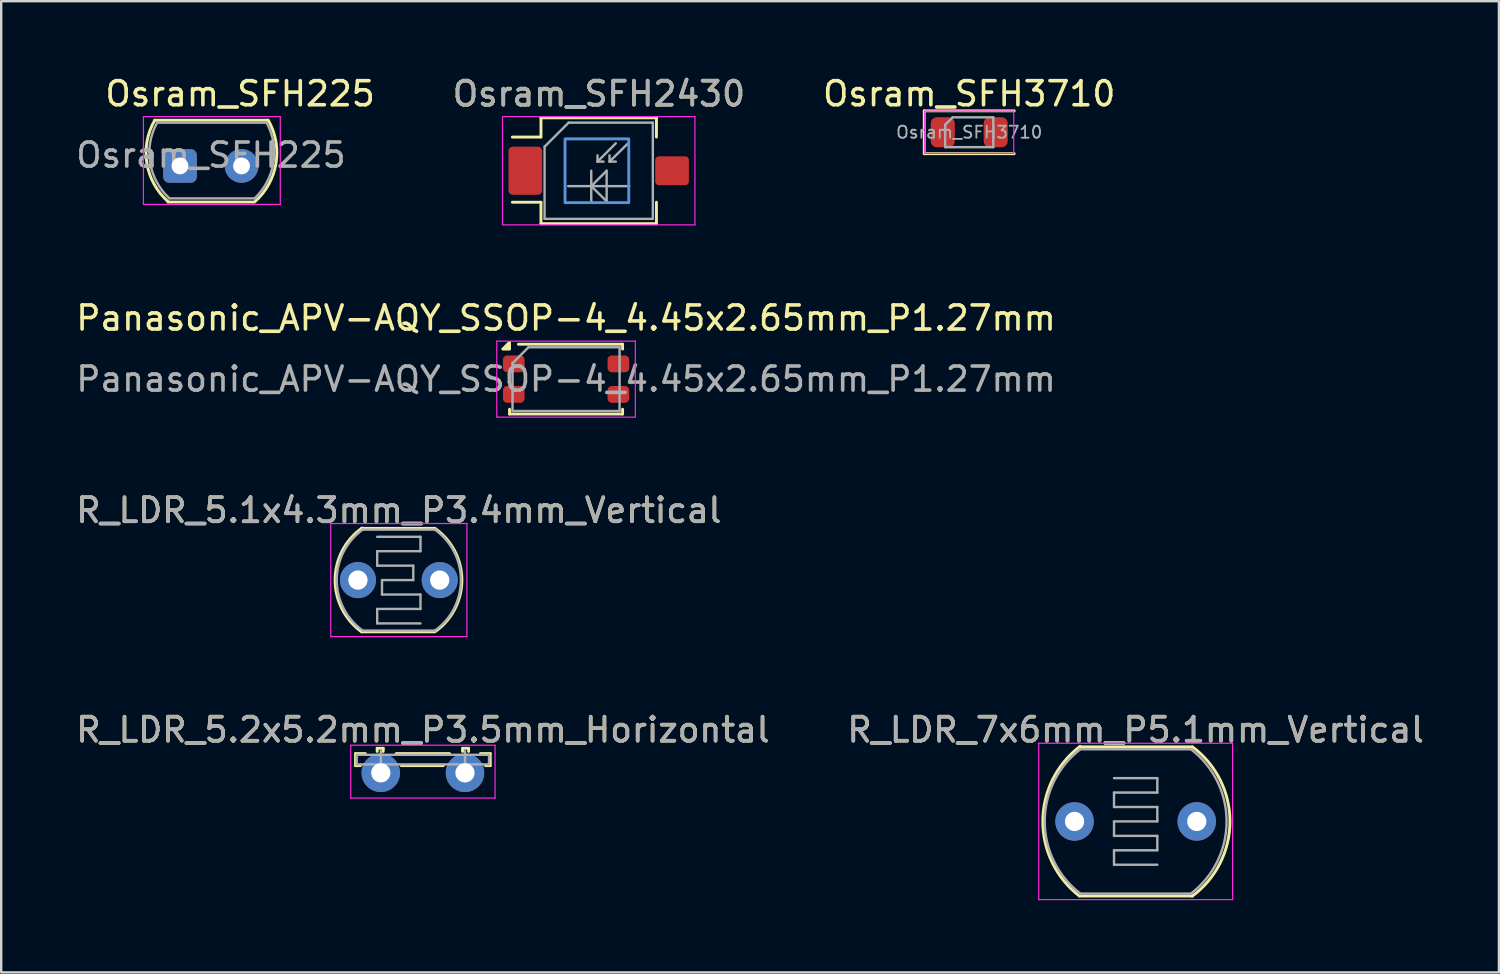
<source format=kicad_pcb>
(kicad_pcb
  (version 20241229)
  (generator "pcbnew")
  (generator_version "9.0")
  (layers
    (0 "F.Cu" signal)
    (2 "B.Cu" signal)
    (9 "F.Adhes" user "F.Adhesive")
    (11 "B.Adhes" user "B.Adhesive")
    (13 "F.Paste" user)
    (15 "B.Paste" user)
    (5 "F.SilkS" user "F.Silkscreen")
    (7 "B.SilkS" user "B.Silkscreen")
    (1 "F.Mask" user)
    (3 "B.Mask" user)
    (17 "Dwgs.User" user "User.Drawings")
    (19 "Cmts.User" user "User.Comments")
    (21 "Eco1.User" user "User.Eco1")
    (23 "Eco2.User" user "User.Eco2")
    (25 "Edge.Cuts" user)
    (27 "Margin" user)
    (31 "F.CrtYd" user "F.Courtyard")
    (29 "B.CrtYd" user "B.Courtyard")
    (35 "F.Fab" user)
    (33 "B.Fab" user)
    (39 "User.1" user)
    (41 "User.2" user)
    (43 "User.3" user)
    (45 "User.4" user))
  (footprint "Panasonic_APV-AQY_SSOP-4_4.45x2.65mm_P1.27mm"
    (layer "F.Cu")
    (at 20.482 12.711)
    (property "Reference" "Panasonic_APV-AQY_SSOP-4_4.45x2.65mm_P1.27mm" (at 0 -2.54 0) (layer "F.SilkS") (effects (font (size 1 1) (thickness 0.15))))
    (attr smd)
    (fp_line (start -2.35 1.25) (end -2.35 1.45) (stroke (width 0.12) (type solid)) (layer "F.SilkS"))
    (fp_line (start -2.35 1.45) (end 2.35 1.45) (stroke (width 0.12) (type solid)) (layer "F.SilkS"))
    (fp_line (start 2.35 -1.45) (end -1.98 -1.45) (stroke (width 0.12) (type solid)) (layer "F.SilkS"))
    (fp_line (start 2.35 -1.25) (end 2.35 -1.45) (stroke (width 0.12) (type solid)) (layer "F.SilkS"))
    (fp_line (start 2.35 1.45) (end 2.35 1.25) (stroke (width 0.12) (type solid)) (layer "F.SilkS"))
    (fp_poly (pts (xy -2.35 -1.25) (xy -2.63 -1.25) (xy -2.35 -1.53) (xy -2.35 -1.25)) (stroke (width 0.12) (type solid)) (fill yes) (layer "F.SilkS"))
    (fp_line (start -2.88 -1.58) (end -2.88 1.58) (stroke (width 0.05) (type solid)) (layer "F.CrtYd"))
    (fp_line (start -2.88 -1.58) (end 2.88 -1.58) (stroke (width 0.05) (type solid)) (layer "F.CrtYd"))
    (fp_line (start -2.88 1.58) (end 2.88 1.58) (stroke (width 0.05) (type solid)) (layer "F.CrtYd"))
    (fp_line (start 2.88 -1.58) (end 2.88 1.58) (stroke (width 0.05) (type solid)) (layer "F.CrtYd"))
    (fp_line (start -2.225 -0.662) (end -2.225 1.325) (stroke (width 0.1) (type solid)) (layer "F.Fab"))
    (fp_line (start -2.225 -0.662) (end -1.562 -1.325) (stroke (width 0.1) (type solid)) (layer "F.Fab"))
    (fp_line (start -2.225 1.325) (end 2.225 1.325) (stroke (width 0.1) (type solid)) (layer "F.Fab"))
    (fp_line (start -1.562 -1.325) (end 2.225 -1.325) (stroke (width 0.1) (type solid)) (layer "F.Fab"))
    (fp_line (start 2.225 -1.325) (end 2.225 1.325) (stroke (width 0.1) (type solid)) (layer "F.Fab"))
    (fp_text user "${REFERENCE}" (at 0 0 0) (layer "F.Fab") (effects (font (size 1 1) (thickness 0.15))))
    (pad "1" smd roundrect (at -2.175 -0.635) (size 0.9 0.7) (layers "F.Cu" "F.Mask" "F.Paste") (roundrect_rratio 0.25))
    (pad "2" smd roundrect (at -2.175 0.635) (size 0.9 0.7) (layers "F.Cu" "F.Mask" "F.Paste") (roundrect_rratio 0.25))
    (pad "3" smd roundrect (at 2.175 0.635) (size 0.9 0.7) (layers "F.Cu" "F.Mask" "F.Paste") (roundrect_rratio 0.25))
    (pad "4" smd roundrect (at 2.175 -0.635) (size 0.9 0.7) (layers "F.Cu" "F.Mask" "F.Paste") (roundrect_rratio 0.25)))
  (footprint "R_LDR_5.2x5.2mm_P3.5mm_Horizontal"
    (layer "F.Cu")
    (at 12.78 29.078)
    (property "Reference" "R_LDR_5.2x5.2mm_P3.5mm_Horizontal" (at 1.75 -1.79 0) (layer "F.SilkS") (effects (font (size 1 1) (thickness 0.15))))
    (attr through_hole)
    (fp_line (start -1.05 -0.8) (end -1.05 -0.3) (stroke (width 0.12) (type solid)) (layer "F.SilkS"))
    (fp_line (start -1.05 -0.3) (end -0.85 -0.3) (stroke (width 0.12) (type solid)) (layer "F.SilkS"))
    (fp_line (start -0.64 -0.8) (end -1.05 -0.8) (stroke (width 0.12) (type solid)) (layer "F.SilkS"))
    (fp_line (start -0.15 -1.02) (end -0.15 -0.89) (stroke (width 0.12) (type solid)) (layer "F.SilkS"))
    (fp_line (start -0.15 -1.02) (end 0.1 -1.02) (stroke (width 0.12) (type solid)) (layer "F.SilkS"))
    (fp_line (start 0.1 -1.02) (end 0.1 -0.89) (stroke (width 0.12) (type solid)) (layer "F.SilkS"))
    (fp_line (start 0.85 -0.3) (end 2.6 -0.3) (stroke (width 0.12) (type solid)) (layer "F.SilkS"))
    (fp_line (start 2.86 -0.8) (end 0.64 -0.8) (stroke (width 0.12) (type solid)) (layer "F.SilkS"))
    (fp_line (start 3.4 -1.02) (end 3.4 -0.89) (stroke (width 0.12) (type solid)) (layer "F.SilkS"))
    (fp_line (start 3.4 -1.02) (end 3.65 -1.02) (stroke (width 0.12) (type solid)) (layer "F.SilkS"))
    (fp_line (start 3.65 -1.02) (end 3.65 -0.89) (stroke (width 0.12) (type solid)) (layer "F.SilkS"))
    (fp_line (start 4.35 -0.3) (end 4.55 -0.3) (stroke (width 0.12) (type solid)) (layer "F.SilkS"))
    (fp_line (start 4.55 -0.8) (end 4.14 -0.8) (stroke (width 0.12) (type solid)) (layer "F.SilkS"))
    (fp_line (start 4.55 -0.3) (end 4.55 -0.8) (stroke (width 0.12) (type solid)) (layer "F.SilkS"))
    (fp_line (start -1.25 -1.15) (end -1.25 1.05) (stroke (width 0.05) (type solid)) (layer "F.CrtYd"))
    (fp_line (start -1.25 -1.15) (end 4.75 -1.15) (stroke (width 0.05) (type solid)) (layer "F.CrtYd"))
    (fp_line (start 4.75 1.05) (end -1.25 1.05) (stroke (width 0.05) (type solid)) (layer "F.CrtYd"))
    (fp_line (start 4.75 1.05) (end 4.75 -1.15) (stroke (width 0.05) (type solid)) (layer "F.CrtYd"))
    (fp_line (start -1 -0.75) (end 4.5 -0.75) (stroke (width 0.1) (type solid)) (layer "F.Fab"))
    (fp_line (start -1 -0.35) (end -1 -0.75) (stroke (width 0.1) (type solid)) (layer "F.Fab"))
    (fp_line (start 0 0) (end 0 -0.9) (stroke (width 0.1) (type solid)) (layer "F.Fab"))
    (fp_line (start 3.5 0) (end 3.5 -0.9) (stroke (width 0.1) (type solid)) (layer "F.Fab"))
    (fp_line (start 4.5 -0.75) (end 4.5 -0.35) (stroke (width 0.1) (type solid)) (layer "F.Fab"))
    (fp_line (start 4.5 -0.35) (end -1 -0.35) (stroke (width 0.1) (type solid)) (layer "F.Fab"))
    (fp_text user "${REFERENCE}" (at 1.75 -1.79 0) (layer "F.Fab") (effects (font (size 1 1) (thickness 0.15))))
    (pad "1" thru_hole circle (at 0 0) (size 1.6 1.6) (drill 0.8) (layers "*.Cu" "*.Mask"))
    (pad "2" thru_hole circle (at 3.5 0) (size 1.6 1.6) (drill 0.8) (layers "*.Cu" "*.Mask")))
  (footprint "Osram_SFH2430"
    (layer "F.Cu")
    (at 21.839 4.048)
    (property "Reference" "Osram_SFH2430" (at 0.01 -3.2 0) (layer "F.SilkS") (effects (font (size 1 1) (thickness 0.15))))
    (attr smd)
    (fp_line (start -3.59 1.31) (end -2.4 1.31) (stroke (width 0.12) (type solid)) (layer "F.SilkS"))
    (fp_line (start -2.41 -1.4) (end -3.59 -1.4) (stroke (width 0.12) (type solid)) (layer "F.SilkS"))
    (fp_line (start -2.4 -2.2) (end -2.4 -1.4) (stroke (width 0.12) (type solid)) (layer "F.SilkS"))
    (fp_line (start -2.4 1.31) (end -2.4 2.2) (stroke (width 0.12) (type solid)) (layer "F.SilkS"))
    (fp_line (start -2.4 2.2) (end 2.4 2.2) (stroke (width 0.12) (type solid)) (layer "F.SilkS"))
    (fp_line (start 2.4 -2.2) (end -2.4 -2.2) (stroke (width 0.12) (type solid)) (layer "F.SilkS"))
    (fp_line (start 2.4 -1.4) (end 2.4 -2.2) (stroke (width 0.12) (type solid)) (layer "F.SilkS"))
    (fp_line (start 2.4 2.2) (end 2.4 1.31) (stroke (width 0.12) (type solid)) (layer "F.SilkS"))
    (fp_rect (start -1.4 -1.325) (end 1.25 1.325) (stroke (width 0.12) (type solid)) (fill no) (layer "Cmts.User"))
    (fp_line (start -4 -2.25) (end -4 2.25) (stroke (width 0.05) (type solid)) (layer "F.CrtYd"))
    (fp_line (start -4 -2.25) (end 4 -2.25) (stroke (width 0.05) (type solid)) (layer "F.CrtYd"))
    (fp_line (start 4 2.25) (end -4 2.25) (stroke (width 0.05) (type solid)) (layer "F.CrtYd"))
    (fp_line (start 4 2.25) (end 4 -2.25) (stroke (width 0.05) (type solid)) (layer "F.CrtYd"))
    (fp_line (start -2.25 -1) (end -2.25 2) (stroke (width 0.1) (type solid)) (layer "F.Fab"))
    (fp_line (start -2.25 -1) (end -1.25 -2) (stroke (width 0.1) (type solid)) (layer "F.Fab"))
    (fp_line (start -1.27 0.64) (end 1.27 0.64) (stroke (width 0.1) (type solid)) (layer "F.Fab"))
    (fp_line (start -1.25 -2) (end 2.25 -2) (stroke (width 0.1) (type solid)) (layer "F.Fab"))
    (fp_line (start -0.31 0) (end -0.31 1.27) (stroke (width 0.1) (type solid)) (layer "F.Fab"))
    (fp_line (start -0.31 0.64) (end 0.33 0) (stroke (width 0.1) (type solid)) (layer "F.Fab"))
    (fp_line (start -0.05 -0.38) (end -0.05 -0.64) (stroke (width 0.1) (type solid)) (layer "F.Fab"))
    (fp_line (start -0.05 -0.38) (end 0.2 -0.38) (stroke (width 0.1) (type solid)) (layer "F.Fab"))
    (fp_line (start 0.33 0) (end 0.33 1.27) (stroke (width 0.1) (type solid)) (layer "F.Fab"))
    (fp_line (start 0.33 1.27) (end -0.31 0.64) (stroke (width 0.1) (type solid)) (layer "F.Fab"))
    (fp_line (start 0.45 -0.38) (end 0.45 -0.64) (stroke (width 0.1) (type solid)) (layer "F.Fab"))
    (fp_line (start 0.45 -0.38) (end 0.71 -0.38) (stroke (width 0.1) (type solid)) (layer "F.Fab"))
    (fp_line (start 0.71 -1.14) (end -0.05 -0.38) (stroke (width 0.1) (type solid)) (layer "F.Fab"))
    (fp_line (start 1.22 -1.14) (end 0.45 -0.38) (stroke (width 0.1) (type solid)) (layer "F.Fab"))
    (fp_line (start 2.25 -2) (end 2.25 2) (stroke (width 0.1) (type solid)) (layer "F.Fab"))
    (fp_line (start 2.25 2) (end -2.25 2) (stroke (width 0.1) (type solid)) (layer "F.Fab"))
    (fp_text user "${REFERENCE}" (at 0.01 -3.2 0) (layer "F.Fab") (effects (font (size 1 1) (thickness 0.15))))
    (pad "" smd roundrect (at -3.05 0 180) (size 1.3 1.9) (layers "F.Paste") (roundrect_rratio 0.125))
    (pad "" smd roundrect (at -3.05 0 180) (size 1.5 2.1) (layers "F.Mask") (roundrect_rratio 0.125))
    (pad "" smd roundrect (at 3.05 0 180) (size 1.3 1.1) (layers "F.Paste") (roundrect_rratio 0.125))
    (pad "" smd roundrect (at 3.05 0 180) (size 1.5 1.3) (layers "F.Mask") (roundrect_rratio 0.125))
    (pad "1" smd roundrect (at -3.05 0 180) (size 1.4 2) (layers "F.Cu" "F.Mask") (roundrect_rratio 0.125))
    (pad "2" smd roundrect (at 3.05 0 180) (size 1.4 1.2) (layers "F.Cu" "F.Mask") (roundrect_rratio 0.125)))
  (footprint "Osram_SFH3710"
    (layer "F.Cu")
    (at 37.242 2.448)
    (property "Reference" "Osram_SFH3710" (at 0 -1.6 0) (layer "F.SilkS") (effects (font (size 1 1) (thickness 0.15))))
    (attr smd)
    (fp_line (start -1.87 0.89) (end -1.87 -0.89) (stroke (width 0.12) (type default)) (layer "F.SilkS"))
    (fp_line (start -1.87 0.89) (end 1.87 0.89) (stroke (width 0.12) (type solid)) (layer "F.SilkS"))
    (fp_line (start 1.87 -0.89) (end -1.87 -0.89) (stroke (width 0.12) (type solid)) (layer "F.SilkS"))
    (fp_rect (start -1.85 -0.88) (end 1.85 0.88) (stroke (width 0.05) (type solid)) (fill no) (layer "F.CrtYd"))
    (fp_line (start -1 -0.31) (end -0.69 -0.62) (stroke (width 0.1) (type default)) (layer "F.Fab"))
    (fp_line (start -1 0.62) (end -1 -0.31) (stroke (width 0.1) (type default)) (layer "F.Fab"))
    (fp_line (start -0.69 -0.62) (end 1 -0.62) (stroke (width 0.1) (type default)) (layer "F.Fab"))
    (fp_line (start 1 -0.62) (end 1 0.62) (stroke (width 0.1) (type default)) (layer "F.Fab"))
    (fp_line (start 1 0.62) (end -1 0.62) (stroke (width 0.1) (type default)) (layer "F.Fab"))
    (fp_text user "${REFERENCE}" (at 0 0 0) (layer "F.Fab") (effects (font (size 0.5 0.5) (thickness 0.075))))
    (pad "1" smd roundrect (at -1.1 0) (size 1 1.25) (layers "F.Cu" "F.Mask" "F.Paste") (roundrect_rratio 0.25))
    (pad "2" smd roundrect (at 1.1 0) (size 1 1.25) (layers "F.Cu" "F.Mask" "F.Paste") (roundrect_rratio 0.25)))
  (footprint "R_LDR_5.1x4.3mm_P3.4mm_Vertical"
    (layer "F.Cu")
    (at 11.83 21.065)
    (property "Reference" "R_LDR_5.1x4.3mm_P3.4mm_Vertical" (at 1.7 -2.9 0) (layer "F.SilkS") (effects (font (size 1 1) (thickness 0.15))))
    (attr through_hole)
    (fp_line (start 0.15 -2.15) (end 3.2 -2.15) (stroke (width 0.12) (type solid)) (layer "F.SilkS"))
    (fp_line (start 0.15 2.15) (end 3.2 2.15) (stroke (width 0.12) (type solid)) (layer "F.SilkS"))
    (fp_arc (start 0.15 2.15) (mid -0.950438 -0.013368) (end 0.171766 -2.165525) (stroke (width 0.12) (type solid)) (layer "F.SilkS"))
    (fp_arc (start 3.2 -2.15) (mid 4.321403 -0.027338) (end 3.244513 2.118249) (stroke (width 0.12) (type solid)) (layer "F.SilkS"))
    (fp_line (start -1.13 -2.35) (end -1.13 2.35) (stroke (width 0.05) (type solid)) (layer "F.CrtYd"))
    (fp_line (start -1.13 -2.35) (end 4.53 -2.35) (stroke (width 0.05) (type solid)) (layer "F.CrtYd"))
    (fp_line (start 4.53 2.35) (end -1.13 2.35) (stroke (width 0.05) (type solid)) (layer "F.CrtYd"))
    (fp_line (start 4.53 2.35) (end 4.53 -2.35) (stroke (width 0.05) (type solid)) (layer "F.CrtYd"))
    (fp_line (start 0.2 -2.1) (end 3.2 -2.1) (stroke (width 0.1) (type solid)) (layer "F.Fab"))
    (fp_line (start 0.8 -1.8) (end 2.6 -1.8) (stroke (width 0.1) (type solid)) (layer "F.Fab"))
    (fp_line (start 0.8 -1.2) (end 0.8 -0.6) (stroke (width 0.1) (type solid)) (layer "F.Fab"))
    (fp_line (start 0.8 1.2) (end 0.8 1.8) (stroke (width 0.1) (type solid)) (layer "F.Fab"))
    (fp_line (start 0.8 1.8) (end 2.6 1.8) (stroke (width 0.1) (type solid)) (layer "F.Fab"))
    (fp_line (start 1 0) (end 1 0.6) (stroke (width 0.1) (type solid)) (layer "F.Fab"))
    (fp_line (start 1 0) (end 2.3 0) (stroke (width 0.1) (type solid)) (layer "F.Fab"))
    (fp_line (start 2.3 -0.6) (end 0.8 -0.6) (stroke (width 0.1) (type solid)) (layer "F.Fab"))
    (fp_line (start 2.3 0) (end 2.3 -0.6) (stroke (width 0.1) (type solid)) (layer "F.Fab"))
    (fp_line (start 2.6 -1.8) (end 2.6 -1.2) (stroke (width 0.1) (type solid)) (layer "F.Fab"))
    (fp_line (start 2.6 -1.2) (end 0.8 -1.2) (stroke (width 0.1) (type solid)) (layer "F.Fab"))
    (fp_line (start 2.6 0.6) (end 1 0.6) (stroke (width 0.1) (type solid)) (layer "F.Fab"))
    (fp_line (start 2.6 0.6) (end 2.6 1.2) (stroke (width 0.1) (type solid)) (layer "F.Fab"))
    (fp_line (start 2.6 1.2) (end 0.8 1.2) (stroke (width 0.1) (type solid)) (layer "F.Fab"))
    (fp_line (start 3.2 2.1) (end 0.2 2.1) (stroke (width 0.1) (type solid)) (layer "F.Fab"))
    (fp_arc (start 0.2 2.1) (mid -0.880697 -0.001697) (end 0.202763 -2.101971) (stroke (width 0.1) (type solid)) (layer "F.Fab"))
    (fp_arc (start 3.2 -2.1) (mid 4.280697 0.001697) (end 3.197237 2.101971) (stroke (width 0.1) (type solid)) (layer "F.Fab"))
    (fp_text user "${REFERENCE}" (at 1.7 -2.9 0) (layer "F.Fab") (effects (font (size 1 1) (thickness 0.15))))
    (pad "1" thru_hole circle (at 0 0) (size 1.5 1.5) (drill 0.8) (layers "*.Cu" "*.Mask"))
    (pad "2" thru_hole circle (at 3.4 0) (size 1.5 1.5) (drill 0.8) (layers "*.Cu" "*.Mask")))
  (footprint "R_LDR_7x6mm_P5.1mm_Vertical"
    (layer "F.Cu")
    (at 41.621 31.098)
    (property "Reference" "R_LDR_7x6mm_P5.1mm_Vertical" (at 2.54 -3.81 0) (layer "F.SilkS") (effects (font (size 1 1) (thickness 0.15))))
    (attr through_hole)
    (fp_line (start 0.2 -3.1) (end 4.9 -3.1) (stroke (width 0.12) (type solid)) (layer "F.SilkS"))
    (fp_line (start 0.2 3.1) (end 4.9 3.1) (stroke (width 0.12) (type solid)) (layer "F.SilkS"))
    (fp_arc (start 0.2 3.1) (mid -1.320423 -0.016888) (end 0.226796 -3.120561) (stroke (width 0.12) (type solid)) (layer "F.SilkS"))
    (fp_arc (start 4.9 -3.1) (mid 6.460049 0.00492) (end 4.89209 3.105853) (stroke (width 0.12) (type solid)) (layer "F.SilkS"))
    (fp_line (start -1.49 -3.25) (end -1.49 3.25) (stroke (width 0.05) (type solid)) (layer "F.CrtYd"))
    (fp_line (start -1.49 -3.25) (end 6.57 -3.25) (stroke (width 0.05) (type solid)) (layer "F.CrtYd"))
    (fp_line (start 6.57 3.25) (end -1.49 3.25) (stroke (width 0.05) (type solid)) (layer "F.CrtYd"))
    (fp_line (start 6.57 3.25) (end 6.57 -3.25) (stroke (width 0.05) (type solid)) (layer "F.CrtYd"))
    (fp_line (start 0.24 -3) (end 4.84 -3) (stroke (width 0.1) (type solid)) (layer "F.Fab"))
    (fp_line (start 1.64 -1.8) (end 3.44 -1.8) (stroke (width 0.1) (type solid)) (layer "F.Fab"))
    (fp_line (start 1.64 -1.2) (end 1.64 -0.6) (stroke (width 0.1) (type solid)) (layer "F.Fab"))
    (fp_line (start 1.64 -0.6) (end 3.44 -0.6) (stroke (width 0.1) (type solid)) (layer "F.Fab"))
    (fp_line (start 1.64 0) (end 1.64 0.6) (stroke (width 0.1) (type solid)) (layer "F.Fab"))
    (fp_line (start 1.64 0.6) (end 3.44 0.6) (stroke (width 0.1) (type solid)) (layer "F.Fab"))
    (fp_line (start 1.64 1.2) (end 1.64 1.8) (stroke (width 0.1) (type solid)) (layer "F.Fab"))
    (fp_line (start 1.64 1.8) (end 3.44 1.8) (stroke (width 0.1) (type solid)) (layer "F.Fab"))
    (fp_line (start 3.44 -1.8) (end 3.44 -1.2) (stroke (width 0.1) (type solid)) (layer "F.Fab"))
    (fp_line (start 3.44 -1.2) (end 1.64 -1.2) (stroke (width 0.1) (type solid)) (layer "F.Fab"))
    (fp_line (start 3.44 -0.6) (end 3.44 0) (stroke (width 0.1) (type solid)) (layer "F.Fab"))
    (fp_line (start 3.44 0) (end 1.64 0) (stroke (width 0.1) (type solid)) (layer "F.Fab"))
    (fp_line (start 3.44 0.6) (end 3.44 1.2) (stroke (width 0.1) (type solid)) (layer "F.Fab"))
    (fp_line (start 3.44 1.2) (end 1.64 1.2) (stroke (width 0.1) (type solid)) (layer "F.Fab"))
    (fp_line (start 4.84 3) (end 0.24 3) (stroke (width 0.1) (type solid)) (layer "F.Fab"))
    (fp_arc (start 0.24 3) (mid -1.240211 0.001572) (end 0.237506 -2.998087) (stroke (width 0.1) (type solid)) (layer "F.Fab"))
    (fp_arc (start 4.84 -3) (mid 6.320211 -0.001572) (end 4.842494 2.998087) (stroke (width 0.1) (type solid)) (layer "F.Fab"))
    (fp_text user "${REFERENCE}" (at 2.54 -3.81 0) (layer "F.Fab") (effects (font (size 1 1) (thickness 0.15))))
    (pad "1" thru_hole circle (at 0 0) (size 1.6 1.6) (drill 0.8) (layers "*.Cu" "*.Mask"))
    (pad "2" thru_hole circle (at 5.08 0) (size 1.6 1.6) (drill 0.8) (layers "*.Cu" "*.Mask")))
  (footprint "Osram_SFH225"
    (layer "F.Cu")
    (at 4.432 3.848)
    (property "Reference" "Osram_SFH225" (at 2.5 -3 0) (layer "F.SilkS") (effects (font (size 1 1) (thickness 0.15))))
    (attr through_hole)
    (fp_line (start -1.05 -1.9) (end 3.65 -1.9) (stroke (width 0.12) (type solid)) (layer "F.SilkS"))
    (fp_line (start -0.5 1.5) (end 3.05 1.5) (stroke (width 0.12) (type solid)) (layer "F.SilkS"))
    (fp_arc (start -0.489222 1.487733) (mid -1.374411 -0.10602) (end -1.05 -1.9) (stroke (width 0.12) (type solid)) (layer "F.SilkS"))
    (fp_arc (start 3.668649 -1.903514) (mid 3.990796 -0.10043) (end 3.1 1.5) (stroke (width 0.12) (type solid)) (layer "F.SilkS"))
    (fp_line (start -1.52 -2.05) (end -1.52 1.6) (stroke (width 0.05) (type solid)) (layer "F.CrtYd"))
    (fp_line (start -1.52 -2.05) (end 4.17 -2.05) (stroke (width 0.05) (type solid)) (layer "F.CrtYd"))
    (fp_line (start 4.17 1.6) (end -1.52 1.6) (stroke (width 0.05) (type solid)) (layer "F.CrtYd"))
    (fp_line (start 4.17 1.6) (end 4.17 -2.05) (stroke (width 0.05) (type solid)) (layer "F.CrtYd"))
    (fp_line (start -0.95 -1.8) (end 3.55 -1.8) (stroke (width 0.1) (type solid)) (layer "F.Fab"))
    (fp_line (start -0.45 1.35) (end 3.1 1.35) (stroke (width 0.1) (type solid)) (layer "F.Fab"))
    (fp_arc (start -0.44376 1.343225) (mid -1.24116 -0.140727) (end -0.95 -1.8) (stroke (width 0.1) (type solid)) (layer "F.Fab"))
    (fp_arc (start 3.590183 -1.81691) (mid 3.886451 -0.149662) (end 3.1 1.35) (stroke (width 0.1) (type solid)) (layer "F.Fab"))
    (fp_text user "${REFERENCE}" (at 1.288 -0.45 0) (layer "F.Fab") (effects (font (size 1 1) (thickness 0.15))))
    (pad "1" thru_hole roundrect (at 0 0) (size 1.4 1.4) (drill 0.7) (layers "*.Cu" "*.Mask") (roundrect_rratio 0.178))
    (pad "2" thru_hole circle (at 2.56 0) (size 1.4 1.4) (drill 0.7) (layers "*.Cu" "*.Mask")))
  (gr_rect
    (start -3 -3)
    (end 59.262 37.373)
    (stroke (width 0.1) (type default))
    (fill no)
    (layer "Edge.Cuts")))
</source>
